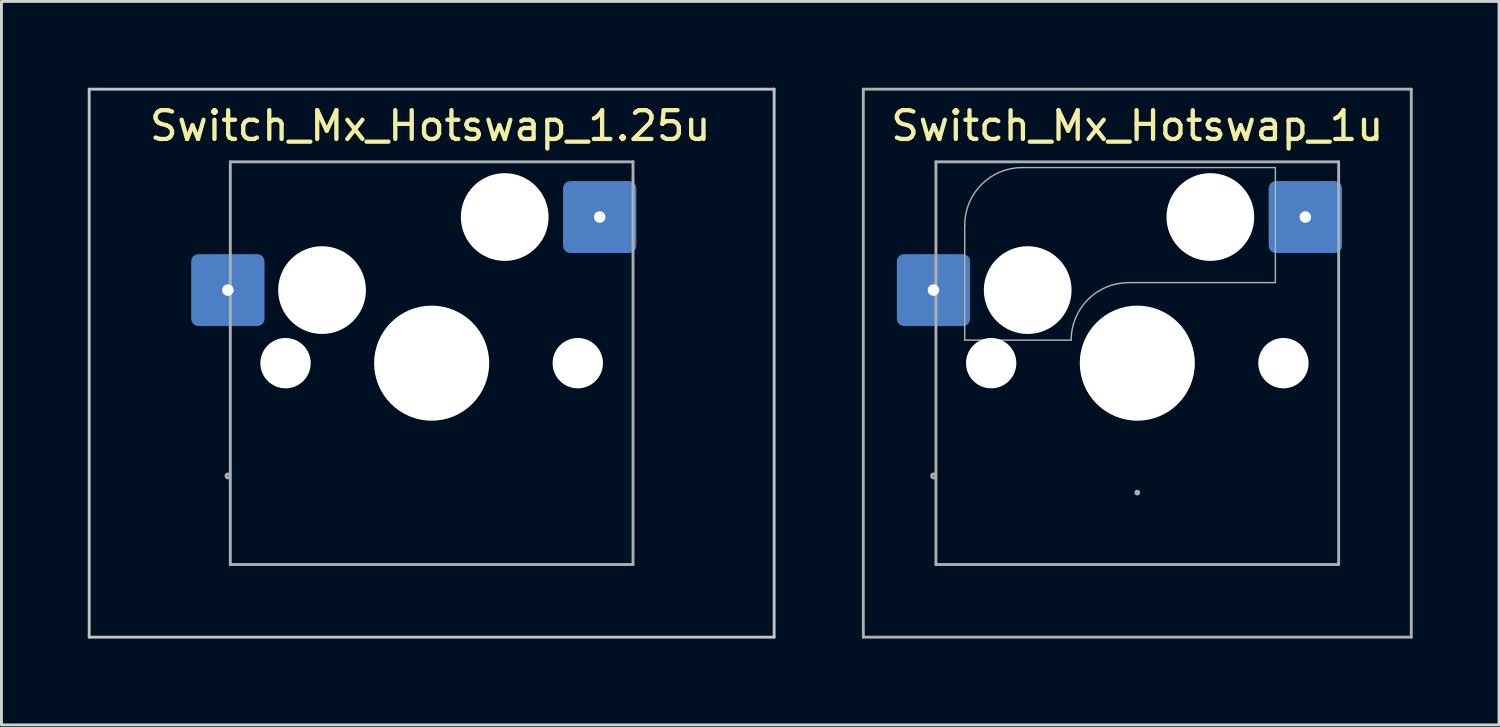
<source format=kicad_pcb>
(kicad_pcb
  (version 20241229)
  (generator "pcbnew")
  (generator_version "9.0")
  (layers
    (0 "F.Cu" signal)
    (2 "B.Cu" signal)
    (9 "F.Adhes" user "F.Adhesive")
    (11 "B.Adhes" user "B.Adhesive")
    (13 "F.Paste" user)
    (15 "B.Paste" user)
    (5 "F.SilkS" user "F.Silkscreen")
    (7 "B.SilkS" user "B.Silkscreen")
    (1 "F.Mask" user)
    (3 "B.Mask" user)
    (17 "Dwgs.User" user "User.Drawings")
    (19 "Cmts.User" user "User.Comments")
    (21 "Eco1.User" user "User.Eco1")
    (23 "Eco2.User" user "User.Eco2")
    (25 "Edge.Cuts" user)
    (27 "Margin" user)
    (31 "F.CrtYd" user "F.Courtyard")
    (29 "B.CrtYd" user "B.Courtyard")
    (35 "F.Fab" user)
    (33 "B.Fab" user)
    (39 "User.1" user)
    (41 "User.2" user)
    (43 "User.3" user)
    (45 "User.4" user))
  (footprint "Switch_Mx_Hotswap_1u"
    (layer "F.Cu")
    (at 36.487 9.575)
    (property "Reference" "Switch_Mx_Hotswap_1u" (at 0 -8.25 0) (unlocked yes) (layer "F.SilkS") (effects (font (size 1 1) (thickness 0.15))))
    (attr smd)
    (fp_line (start -9.525 -9.525) (end -9.525 9.525) (stroke (width 0.1) (type solid)) (layer "F.Fab"))
    (fp_line (start -9.525 9.525) (end 9.525 9.525) (stroke (width 0.1) (type solid)) (layer "F.Fab"))
    (fp_line (start -7 -7) (end -7 7) (stroke (width 0.1) (type solid)) (layer "F.Fab"))
    (fp_line (start -7 7) (end 7 7) (stroke (width 0.1) (type solid)) (layer "F.Fab"))
    (fp_line (start -6 -0.8) (end -6 -4.8) (stroke (width 0.05) (type solid)) (layer "F.Fab"))
    (fp_line (start -6 -0.8) (end -2.3 -0.8) (stroke (width 0.05) (type solid)) (layer "F.Fab"))
    (fp_line (start -4 -6.8) (end 4.8 -6.8) (stroke (width 0.05) (type solid)) (layer "F.Fab"))
    (fp_line (start -0.3 -2.8) (end 4.8 -2.8) (stroke (width 0.05) (type solid)) (layer "F.Fab"))
    (fp_line (start 4.8 -6.8) (end 4.8 -2.8) (stroke (width 0.05) (type solid)) (layer "F.Fab"))
    (fp_line (start 7 -7) (end -7 -7) (stroke (width 0.1) (type solid)) (layer "F.Fab"))
    (fp_line (start 7 7) (end 7 -7) (stroke (width 0.1) (type solid)) (layer "F.Fab"))
    (fp_line (start 9.525 -9.525) (end -9.525 -9.525) (stroke (width 0.1) (type solid)) (layer "F.Fab"))
    (fp_line (start 9.525 9.525) (end 9.525 -9.525) (stroke (width 0.1) (type solid)) (layer "F.Fab"))
    (fp_arc (start -6 -4.8) (mid -5.414214 -6.214214) (end -4 -6.8) (stroke (width 0.05) (type solid)) (layer "F.Fab"))
    (fp_arc (start -2.3 -0.8) (mid -1.714214 -2.214214) (end -0.3 -2.8) (stroke (width 0.05) (type solid)) (layer "F.Fab"))
    (fp_circle (center -7.08 3.92) (end -7.01 3.92) (stroke (width 0.1) (type solid)) (fill no) (layer "F.Fab"))
    (fp_circle (center 0 4.5) (end 0.05 4.5) (stroke (width 0.1) (type solid)) (fill no) (layer "F.Fab"))
    (pad "" np_thru_hole circle (at -5.08 0) (size 1.75 1.75) (drill 1.75) (layers "*.Cu" "*.Mask"))
    (pad "" np_thru_hole circle (at -3.81 -2.54) (size 3.05 3.05) (drill 3.05) (layers "*.Cu" "*.Mask"))
    (pad "" np_thru_hole circle (at 0 0) (size 4 4) (drill 4) (layers "*.Cu" "*.Mask"))
    (pad "" np_thru_hole circle (at 2.54 -5.08) (size 3.05 3.05) (drill 3.05) (layers "*.Cu" "*.Mask"))
    (pad "" np_thru_hole circle (at 5.08 0) (size 1.75 1.75) (drill 1.75) (layers "*.Cu" "*.Mask"))
    (pad "1" thru_hole circle (at -7.085 -2.54) (size 0.8 0.8) (drill 0.4) (layers "*.Cu" "B.Mask"))
    (pad "1" smd roundrect (at -7.085 -2.54) (size 2.55 2.5) (layers "B.Cu" "B.Mask" "B.Paste") (roundrect_rratio 0.1))
    (pad "2" thru_hole circle (at 5.842 -5.08) (size 0.8 0.8) (drill 0.4) (layers "*.Cu" "B.Mask"))
    (pad "2" smd roundrect (at 5.842 -5.08) (size 2.55 2.5) (layers "B.Cu" "B.Mask" "B.Paste") (roundrect_rratio 0.1)))
  (footprint "Switch_Mx_Hotswap_1.25u"
    (layer "F.Cu")
    (at 11.906 9.575)
    (property "Reference" "Switch_Mx_Hotswap_1.25u" (at 0 -8.25 0) (unlocked yes) (layer "F.SilkS") (effects (font (size 1 1) (thickness 0.15))))
    (attr smd)
    (fp_line (start -11.856 -9.525) (end -11.856 9.525) (stroke (width 0.1) (type solid)) (layer "Dwgs.User"))
    (fp_line (start -11.856 9.525) (end 11.956 9.525) (stroke (width 0.1) (type solid)) (layer "Dwgs.User"))
    (fp_line (start 11.956 -9.525) (end -11.856 -9.525) (stroke (width 0.1) (type solid)) (layer "Dwgs.User"))
    (fp_line (start 11.956 9.525) (end 11.956 -9.525) (stroke (width 0.1) (type solid)) (layer "Dwgs.User"))
    (fp_line (start -6.95 -7) (end -6.95 7) (stroke (width 0.1) (type solid)) (layer "F.Fab"))
    (fp_line (start -6.95 7) (end 7.05 7) (stroke (width 0.1) (type solid)) (layer "F.Fab"))
    (fp_line (start 7.05 -7) (end -6.95 -7) (stroke (width 0.1) (type solid)) (layer "F.Fab"))
    (fp_line (start 7.05 7) (end 7.05 -7) (stroke (width 0.1) (type solid)) (layer "F.Fab"))
    (fp_circle (center -7.03 3.92) (end -6.96 3.92) (stroke (width 0.1) (type solid)) (fill no) (layer "F.Fab"))
    (pad "" np_thru_hole circle (at -5.03 0) (size 1.75 1.75) (drill 1.75) (layers "*.Cu" "*.Mask"))
    (pad "" np_thru_hole circle (at -3.76 -2.54) (size 3.05 3.05) (drill 3.05) (layers "*.Cu" "*.Mask"))
    (pad "" np_thru_hole circle (at 0.05 0) (size 4 4) (drill 4) (layers "*.Cu" "*.Mask"))
    (pad "" np_thru_hole circle (at 2.59 -5.08) (size 3.05 3.05) (drill 3.05) (layers "*.Cu" "*.Mask"))
    (pad "" np_thru_hole circle (at 5.13 0) (size 1.75 1.75) (drill 1.75) (layers "*.Cu" "*.Mask"))
    (pad "1" thru_hole circle (at -7.035 -2.54) (size 0.8 0.8) (drill 0.4) (layers "*.Cu" "B.Mask"))
    (pad "1" smd roundrect (at -7.035 -2.54) (size 2.55 2.5) (layers "B.Cu" "B.Mask" "B.Paste") (roundrect_rratio 0.1))
    (pad "2" thru_hole circle (at 5.892 -5.08) (size 0.8 0.8) (drill 0.4) (layers "*.Cu" "B.Mask"))
    (pad "2" smd roundrect (at 5.892 -5.08) (size 2.55 2.5) (layers "B.Cu" "B.Mask" "B.Paste") (roundrect_rratio 0.1)))
  (gr_rect
    (start -3 -3)
    (end 49.062 22.15)
    (stroke (width 0.1) (type default))
    (fill no)
    (layer "Edge.Cuts")))
</source>
